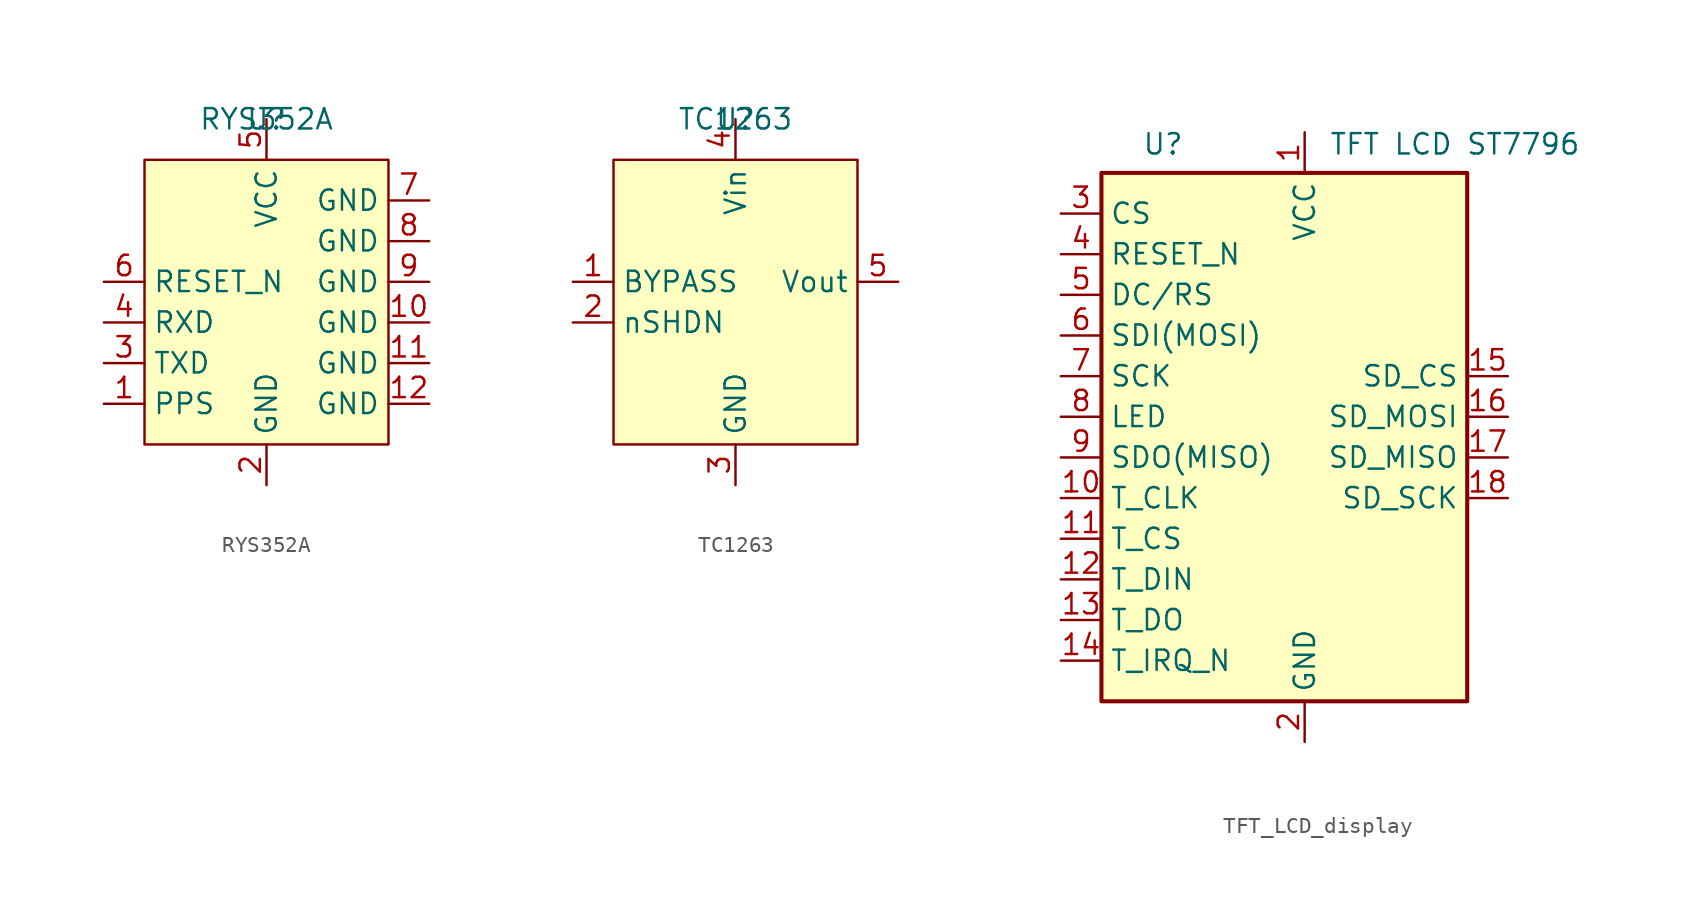
<source format=kicad_sym>
(kicad_symbol_lib
  (version 20231120)
  (generator "kicad_symbol_editor")
  (generator_version "8.0")
  (symbol "RYS352A"
    (property "Reference" "U"
      (at 0 0 0)
      (effects (font (size 1.27 1.27))))
    (property "Value" "RYS352A"
      (at 0 0 0)
      (effects (font (size 1.27 1.27))))
    (symbol "RYS352A_0_1"
      (rectangle (start -7.62 -2.54) (end 7.62 -20.32) (stroke (width 0) (type default)) (fill (type background))))
    (symbol "RYS352A_1_1"
      (pin output line (at -10.16 -17.78 0) (length 2.54) (name "PPS" (effects (font (size 1.27 1.27)))) (number "1" (effects (font (size 1.27 1.27)))))
      (pin power_in line (at 10.16 -12.7 180) (length 2.54) (name "GND" (effects (font (size 1.27 1.27)))) (number "10" (effects (font (size 1.27 1.27)))))
      (pin power_in line (at 10.16 -15.24 180) (length 2.54) (name "GND" (effects (font (size 1.27 1.27)))) (number "11" (effects (font (size 1.27 1.27)))))
      (pin power_in line (at 10.16 -17.78 180) (length 2.54) (name "GND" (effects (font (size 1.27 1.27)))) (number "12" (effects (font (size 1.27 1.27)))))
      (pin power_in line (at 0 -22.86 90) (length 2.54) (name "GND" (effects (font (size 1.27 1.27)))) (number "2" (effects (font (size 1.27 1.27)))))
      (pin output line (at -10.16 -15.24 0) (length 2.54) (name "TXD" (effects (font (size 1.27 1.27)))) (number "3" (effects (font (size 1.27 1.27)))))
      (pin input line (at -10.16 -12.7 0) (length 2.54) (name "RXD" (effects (font (size 1.27 1.27)))) (number "4" (effects (font (size 1.27 1.27)))))
      (pin power_in line (at 0 0 270) (length 2.54) (name "VCC" (effects (font (size 1.27 1.27)))) (number "5" (effects (font (size 1.27 1.27)))))
      (pin input line (at -10.16 -10.16 0) (length 2.54) (name "RESET_N" (effects (font (size 1.27 1.27)))) (number "6" (effects (font (size 1.27 1.27)))))
      (pin power_in line (at 10.16 -5.08 180) (length 2.54) (name "GND" (effects (font (size 1.27 1.27)))) (number "7" (effects (font (size 1.27 1.27)))))
      (pin power_in line (at 10.16 -7.62 180) (length 2.54) (name "GND" (effects (font (size 1.27 1.27)))) (number "8" (effects (font (size 1.27 1.27)))))
      (pin power_in line (at 10.16 -10.16 180) (length 2.54) (name "GND" (effects (font (size 1.27 1.27)))) (number "9" (effects (font (size 1.27 1.27)))))))
  (symbol "TC1263"
    (property "Reference" "U"
      (at 0 0 0)
      (effects (font (size 1.27 1.27))))
    (property "Value" "TC1263"
      (at 0 0 0)
      (effects (font (size 1.27 1.27))))
    (symbol "TC1263_0_1"
      (rectangle (start -7.62 -2.54) (end 7.62 -20.32) (stroke (width 0) (type default)) (fill (type background))))
    (symbol "TC1263_1_1"
      (pin input line (at -10.16 -10.16 0) (length 2.54) (name "BYPASS" (effects (font (size 1.27 1.27)))) (number "1" (effects (font (size 1.27 1.27)))))
      (pin input line (at -10.16 -12.7 0) (length 2.54) (name "nSHDN" (effects (font (size 1.27 1.27)))) (number "2" (effects (font (size 1.27 1.27)))))
      (pin power_in line (at 0 -22.86 90) (length 2.54) (name "GND" (effects (font (size 1.27 1.27)))) (number "3" (effects (font (size 1.27 1.27)))))
      (pin power_in line (at 0 0 270) (length 2.54) (name "Vin" (effects (font (size 1.27 1.27)))) (number "4" (effects (font (size 1.27 1.27)))))
      (pin power_in line (at 10.16 -10.16 180) (length 2.54) (name "Vout" (effects (font (size 1.27 1.27)))) (number "5" (effects (font (size 1.27 1.27)))))))
  (symbol "TFT_LCD_display"
    (property "Reference" "U"
      (at -10.16 10.16 0)
      (effects (font (size 1.27 1.27)) (justify left top)))
    (property "Value" "TFT LCD ST7796"
      (at 1.524 10.16 0)
      (effects (font (size 1.27 1.27)) (justify left top)))
    (symbol "TFT_LCD_display_0_1"
      (rectangle (start -12.7 7.62) (end 10.16 -25.4) (stroke (width 0.254) (type default)) (fill (type background))))
    (symbol "TFT_LCD_display_1_1"
      (pin power_in line (at 0 10.16 270) (length 2.54) (name "VCC" (effects (font (size 1.27 1.27)))) (number "1" (effects (font (size 1.27 1.27)))))
      (pin input line (at -15.24 -12.7 0) (length 2.54) (name "T_CLK" (effects (font (size 1.27 1.27)))) (number "10" (effects (font (size 1.27 1.27)))))
      (pin input line (at -15.24 -15.24 0) (length 2.54) (name "T_CS" (effects (font (size 1.27 1.27)))) (number "11" (effects (font (size 1.27 1.27)))))
      (pin input line (at -15.24 -17.78 0) (length 2.54) (name "T_DIN" (effects (font (size 1.27 1.27)))) (number "12" (effects (font (size 1.27 1.27)))))
      (pin output line (at -15.24 -20.32 0) (length 2.54) (name "T_DO" (effects (font (size 1.27 1.27)))) (number "13" (effects (font (size 1.27 1.27)))))
      (pin output line (at -15.24 -22.86 0) (length 2.54) (name "T_IRQ_N" (effects (font (size 1.27 1.27)))) (number "14" (effects (font (size 1.27 1.27)))))
      (pin input line (at 12.7 -5.08 180) (length 2.54) (name "SD_CS" (effects (font (size 1.27 1.27)))) (number "15" (effects (font (size 1.27 1.27)))))
      (pin input line (at 12.7 -7.62 180) (length 2.54) (name "SD_MOSI" (effects (font (size 1.27 1.27)))) (number "16" (effects (font (size 1.27 1.27)))))
      (pin output line (at 12.7 -10.16 180) (length 2.54) (name "SD_MISO" (effects (font (size 1.27 1.27)))) (number "17" (effects (font (size 1.27 1.27)))))
      (pin input line (at 12.7 -12.7 180) (length 2.54) (name "SD_SCK" (effects (font (size 1.27 1.27)))) (number "18" (effects (font (size 1.27 1.27)))))
      (pin power_in line (at 0 -27.94 90) (length 2.54) (name "GND" (effects (font (size 1.27 1.27)))) (number "2" (effects (font (size 1.27 1.27)))))
      (pin input line (at -15.24 5.08 0) (length 2.54) (name "CS" (effects (font (size 1.27 1.27)))) (number "3" (effects (font (size 1.27 1.27)))))
      (pin input line (at -15.24 2.54 0) (length 2.54) (name "RESET_N" (effects (font (size 1.27 1.27)))) (number "4" (effects (font (size 1.27 1.27)))))
      (pin input line (at -15.24 0 0) (length 2.54) (name "DC/RS" (effects (font (size 1.27 1.27)))) (number "5" (effects (font (size 1.27 1.27)))))
      (pin input line (at -15.24 -2.54 0) (length 2.54) (name "SDI(MOSI)" (effects (font (size 1.27 1.27)))) (number "6" (effects (font (size 1.27 1.27)))))
      (pin input line (at -15.24 -5.08 0) (length 2.54) (name "SCK" (effects (font (size 1.27 1.27)))) (number "7" (effects (font (size 1.27 1.27)))))
      (pin input line (at -15.24 -7.62 0) (length 2.54) (name "LED" (effects (font (size 1.27 1.27)))) (number "8" (effects (font (size 1.27 1.27)))))
      (pin output line (at -15.24 -10.16 0) (length 2.54) (name "SDO(MISO)" (effects (font (size 1.27 1.27)))) (number "9" (effects (font (size 1.27 1.27))))))))
</source>
